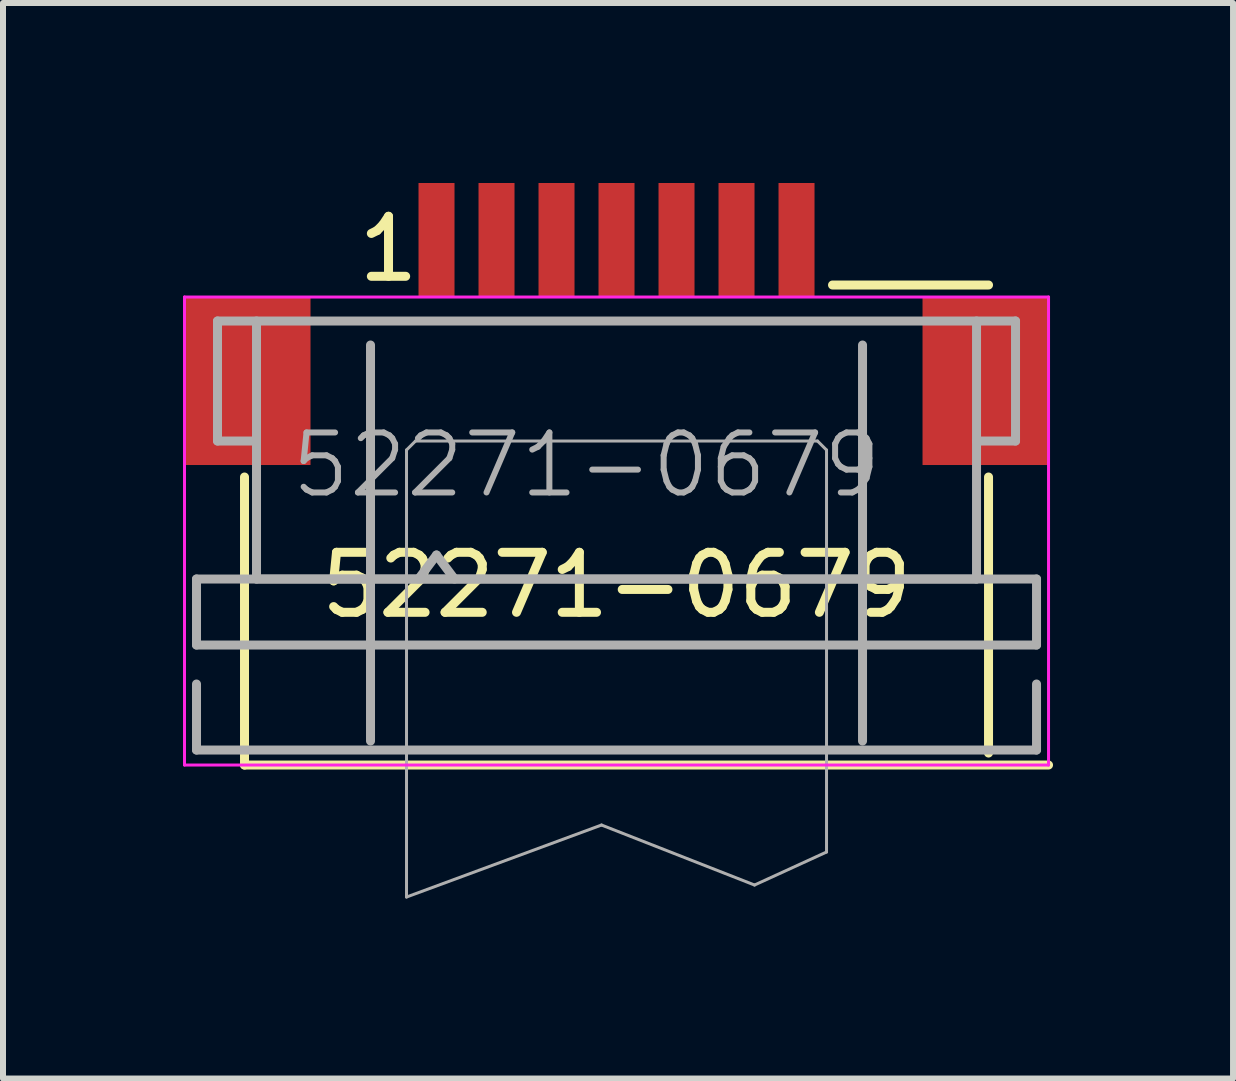
<source format=kicad_pcb>
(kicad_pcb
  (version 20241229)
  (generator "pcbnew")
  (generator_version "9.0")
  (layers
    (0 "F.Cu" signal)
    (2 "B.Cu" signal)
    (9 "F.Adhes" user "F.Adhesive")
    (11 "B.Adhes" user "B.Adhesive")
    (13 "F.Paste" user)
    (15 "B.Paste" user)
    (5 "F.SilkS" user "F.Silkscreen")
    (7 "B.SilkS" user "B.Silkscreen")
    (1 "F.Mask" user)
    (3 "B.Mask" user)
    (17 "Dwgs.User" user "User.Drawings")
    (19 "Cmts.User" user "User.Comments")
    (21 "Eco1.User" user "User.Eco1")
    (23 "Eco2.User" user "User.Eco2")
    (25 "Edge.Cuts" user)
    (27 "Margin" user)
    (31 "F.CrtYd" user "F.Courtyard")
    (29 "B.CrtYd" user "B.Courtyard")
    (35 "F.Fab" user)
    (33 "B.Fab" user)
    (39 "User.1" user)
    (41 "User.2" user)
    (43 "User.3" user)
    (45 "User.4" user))
  (footprint "52271-0679"
    (layer "F.Cu")
    (at 7.225 3.7)
    (property "Reference" "52271-0679" (at 0 3 0) (layer "F.SilkS") (effects (font (size 1 1) (thickness 0.15))))
    (attr through_hole)
    (fp_line (start -6.2 1.2) (end -6.2 6) (stroke (width 0.15) (type solid)) (layer "F.SilkS"))
    (fp_line (start -6.2 6) (end 7.2 6) (stroke (width 0.15) (type solid)) (layer "F.SilkS"))
    (fp_line (start 6.2 -2) (end 3.6 -2) (stroke (width 0.15) (type solid)) (layer "F.SilkS"))
    (fp_line (start 6.2 5.8) (end 6.2 1.2) (stroke (width 0.15) (type solid)) (layer "F.SilkS"))
    (fp_line (start -7.2 -1.8) (end -7.2 6) (stroke (width 0.05) (type solid)) (layer "F.CrtYd"))
    (fp_line (start -7.2 -1.8) (end 7.2 -1.8) (stroke (width 0.05) (type solid)) (layer "F.CrtYd"))
    (fp_line (start -7.2 6) (end 7.2 6) (stroke (width 0.05) (type solid)) (layer "F.CrtYd"))
    (fp_line (start 7.2 -1.8) (end 7.2 6) (stroke (width 0.05) (type solid)) (layer "F.CrtYd"))
    (fp_line (start -7 2.9) (end 7 2.9) (stroke (width 0.15) (type solid)) (layer "F.Fab"))
    (fp_line (start -7 4) (end -7 2.9) (stroke (width 0.15) (type solid)) (layer "F.Fab"))
    (fp_line (start -7 4) (end 7 4) (stroke (width 0.15) (type solid)) (layer "F.Fab"))
    (fp_line (start -7 4.65) (end -7 5.75) (stroke (width 0.15) (type solid)) (layer "F.Fab"))
    (fp_line (start -7 5.75) (end 7 5.75) (stroke (width 0.15) (type solid)) (layer "F.Fab"))
    (fp_line (start -6.65 -1.4) (end -6.65 0.6) (stroke (width 0.15) (type solid)) (layer "F.Fab"))
    (fp_line (start -6.65 -1.4) (end 6.65 -1.4) (stroke (width 0.15) (type solid)) (layer "F.Fab"))
    (fp_line (start -6 -1.4) (end -6 2.9) (stroke (width 0.15) (type solid)) (layer "F.Fab"))
    (fp_line (start -6 0.6) (end -6.65 0.6) (stroke (width 0.15) (type solid)) (layer "F.Fab"))
    (fp_line (start -6 2.9) (end 6 2.9) (stroke (width 0.15) (type solid)) (layer "F.Fab"))
    (fp_line (start -4.1 5.6) (end -4.1 -1) (stroke (width 0.15) (type solid)) (layer "F.Fab"))
    (fp_line (start -3.5 0.75) (end -3.5 8.2) (stroke (width 0.05) (type solid)) (layer "F.Fab"))
    (fp_line (start -3.35 0.6) (end -3.5 0.75) (stroke (width 0.05) (type solid)) (layer "F.Fab"))
    (fp_line (start -3.35 0.6) (end 3.35 0.6) (stroke (width 0.05) (type solid)) (layer "F.Fab"))
    (fp_line (start -3.3 2.9) (end -3 2.5) (stroke (width 0.15) (type solid)) (layer "F.Fab"))
    (fp_line (start -3 2.5) (end -2.7 2.9) (stroke (width 0.15) (type solid)) (layer "F.Fab"))
    (fp_line (start -0.25 7) (end -3.5 8.2) (stroke (width 0.05) (type solid)) (layer "F.Fab"))
    (fp_line (start 2.3 8) (end -0.25 7) (stroke (width 0.05) (type solid)) (layer "F.Fab"))
    (fp_line (start 3.35 0.6) (end 3.5 0.75) (stroke (width 0.05) (type solid)) (layer "F.Fab"))
    (fp_line (start 3.5 0.75) (end 3.5 7.45) (stroke (width 0.05) (type solid)) (layer "F.Fab"))
    (fp_line (start 3.5 7.45) (end 2.3 8) (stroke (width 0.05) (type solid)) (layer "F.Fab"))
    (fp_line (start 4.1 5.6) (end 4.1 -1) (stroke (width 0.15) (type solid)) (layer "F.Fab"))
    (fp_line (start 6 -1.4) (end 6 2.9) (stroke (width 0.15) (type solid)) (layer "F.Fab"))
    (fp_line (start 6 0.6) (end 6.65 0.6) (stroke (width 0.15) (type solid)) (layer "F.Fab"))
    (fp_line (start 6.65 -1.4) (end 6.65 0.6) (stroke (width 0.15) (type solid)) (layer "F.Fab"))
    (fp_line (start 7 4) (end 7 2.9) (stroke (width 0.15) (type solid)) (layer "F.Fab"))
    (fp_line (start 7 4.65) (end 7 5.75) (stroke (width 0.15) (type solid)) (layer "F.Fab"))
    (fp_text user "1" (at -3.8 -2.6 0) (layer "F.SilkS") (effects (font (size 1 1) (thickness 0.15))))
    (fp_text user "${REFERENCE}" (at -0.5 1 0) (layer "F.Fab") (effects (font (size 1 1) (thickness 0.1))))
    (pad "1" smd rect (at -3 -2.75) (size 0.6 1.9) (layers "F.Cu" "F.Mask" "F.Paste"))
    (pad "2" smd rect (at -2 -2.75) (size 0.6 1.9) (layers "F.Cu" "F.Mask" "F.Paste"))
    (pad "3" smd rect (at -1 -2.75) (size 0.6 1.9) (layers "F.Cu" "F.Mask" "F.Paste"))
    (pad "4" smd rect (at 0 -2.75) (size 0.6 1.9) (layers "F.Cu" "F.Mask" "F.Paste"))
    (pad "5" smd rect (at 1 -2.75) (size 0.6 1.9) (layers "F.Cu" "F.Mask" "F.Paste"))
    (pad "6" smd rect (at 2 -2.75) (size 0.6 1.9) (layers "F.Cu" "F.Mask" "F.Paste"))
    (pad "7" smd rect (at 3 -2.75) (size 0.6 1.9) (layers "F.Cu" "F.Mask" "F.Paste"))
    (pad "8" smd rect (at 6.15 -0.4) (size 2.1 2.8) (layers "F.Cu" "F.Mask" "F.Paste"))
    (pad "9" smd rect (at -6.15 -0.4) (size 2.1 2.8) (layers "F.Cu" "F.Mask" "F.Paste")))
  (gr_rect
    (start -3 -3)
    (end 17.5 14.925)
    (stroke (width 0.1) (type default))
    (fill no)
    (layer "Edge.Cuts")))
</source>
